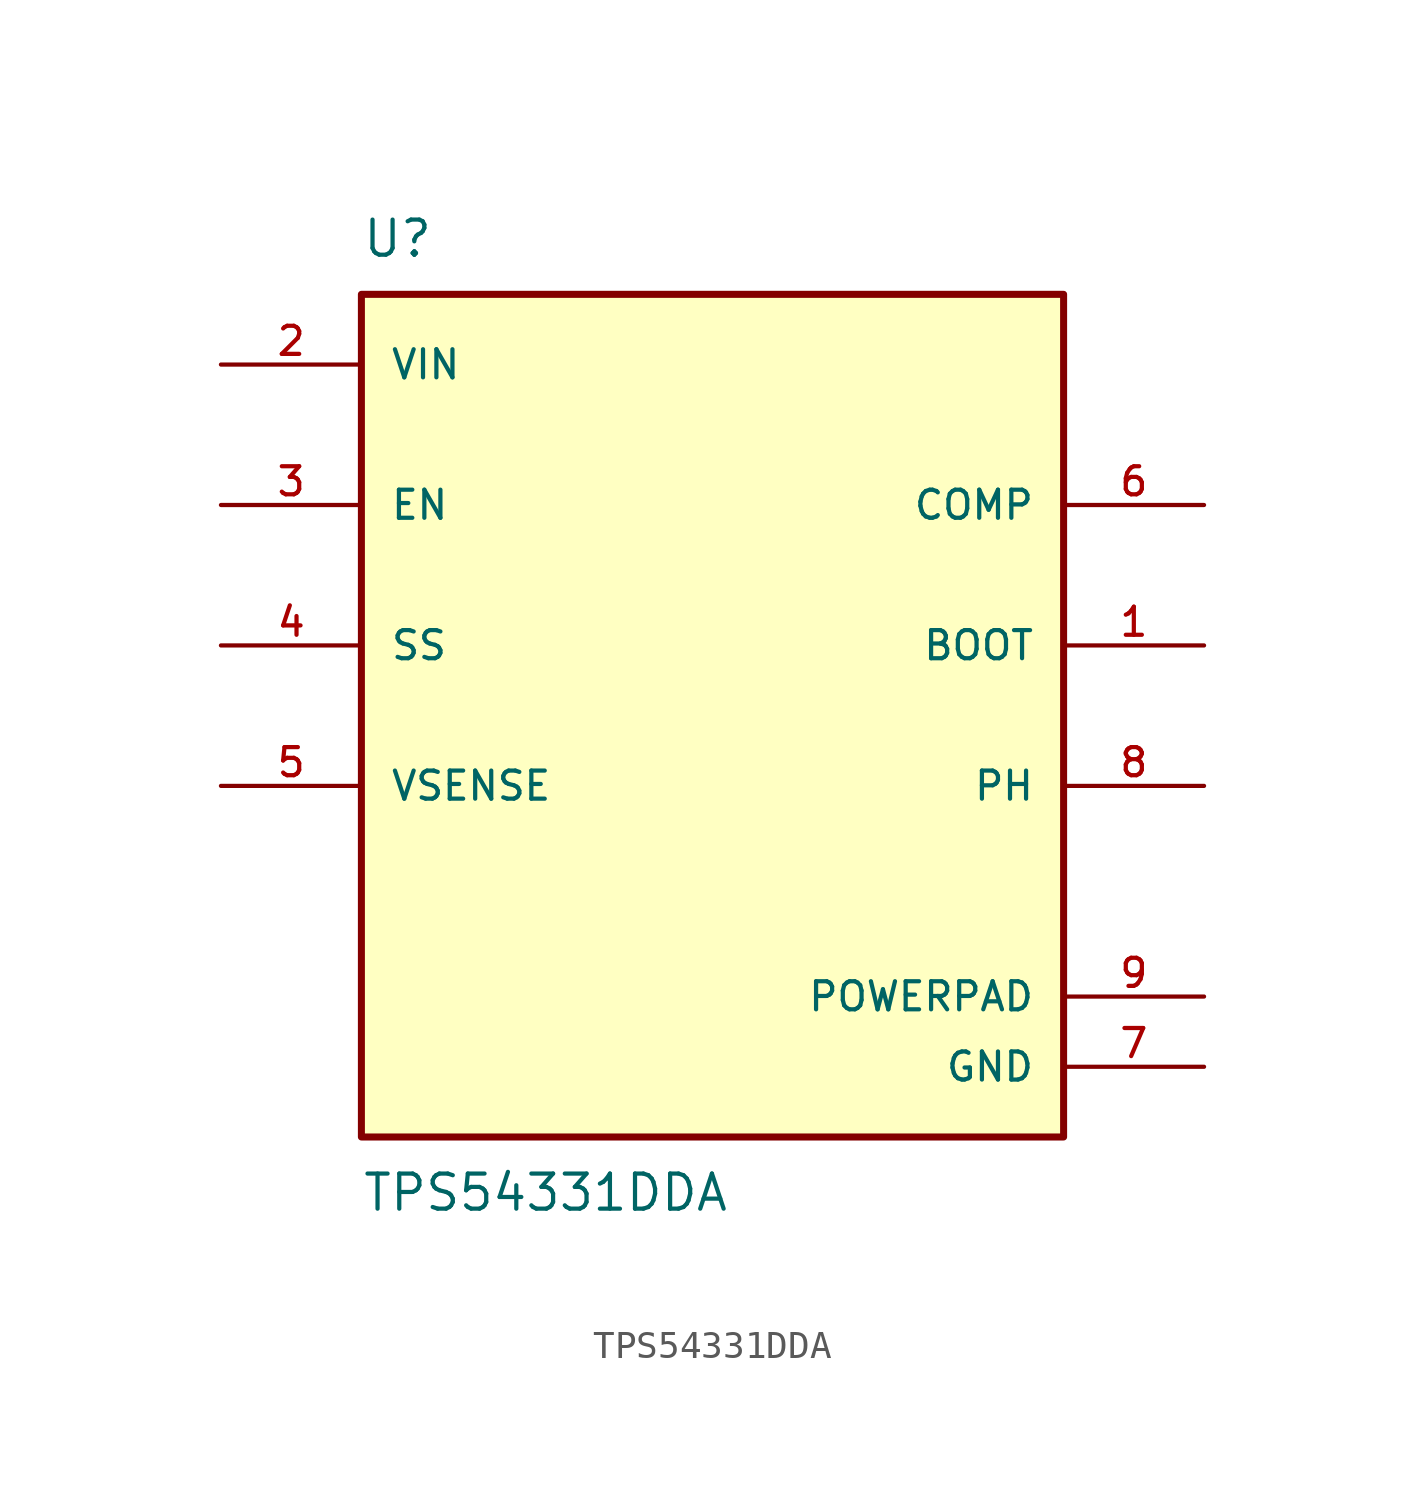
<source format=kicad_sym>
(kicad_symbol_lib
  (version 20211014)
  (generator kicad_symbol_editor)
  (symbol "TPS54331DDA"
    (pin_names
      (offset 1.016))
    (property "Reference" "U"
      (at -12.7 16.51 0)
      (effects (font (size 1.27 1.27)) (justify bottom left)))
    (property "Value" "TPS54331DDA"
      (at -12.7 -16.51 0)
      (effects (font (size 1.27 1.27)) (justify top left)))
    (symbol "TPS54331DDA_0_0"
      (rectangle (start -12.7 -15.24) (end 12.7 15.24) (stroke (width 0.254)) (fill (type background)))
      (pin power_in line (at 17.78 -12.7 180.0) (length 5.08) (name "GND" (effects (font (size 1.016 1.016)))) (number "7" (effects (font (size 1.016 1.016)))))
      (pin output line (at 17.78 2.54 180.0) (length 5.08) (name "BOOT" (effects (font (size 1.016 1.016)))) (number "1" (effects (font (size 1.016 1.016)))))
      (pin output line (at 17.78 -2.54 180.0) (length 5.08) (name "PH" (effects (font (size 1.016 1.016)))) (number "8" (effects (font (size 1.016 1.016)))))
      (pin input line (at -17.78 -2.54 0) (length 5.08) (name "VSENSE" (effects (font (size 1.016 1.016)))) (number "5" (effects (font (size 1.016 1.016)))))
      (pin power_in line (at 17.78 -10.16 180.0) (length 5.08) (name "POWERPAD" (effects (font (size 1.016 1.016)))) (number "9" (effects (font (size 1.016 1.016)))))
      (pin input line (at -17.78 7.62 0) (length 5.08) (name "EN" (effects (font (size 1.016 1.016)))) (number "3" (effects (font (size 1.016 1.016)))))
      (pin input line (at -17.78 2.54 0) (length 5.08) (name "SS" (effects (font (size 1.016 1.016)))) (number "4" (effects (font (size 1.016 1.016)))))
      (pin power_in line (at -17.78 12.7 0) (length 5.08) (name "VIN" (effects (font (size 1.016 1.016)))) (number "2" (effects (font (size 1.016 1.016)))))
      (pin output line (at 17.78 7.62 180.0) (length 5.08) (name "COMP" (effects (font (size 1.016 1.016)))) (number "6" (effects (font (size 1.016 1.016))))))))
</source>
